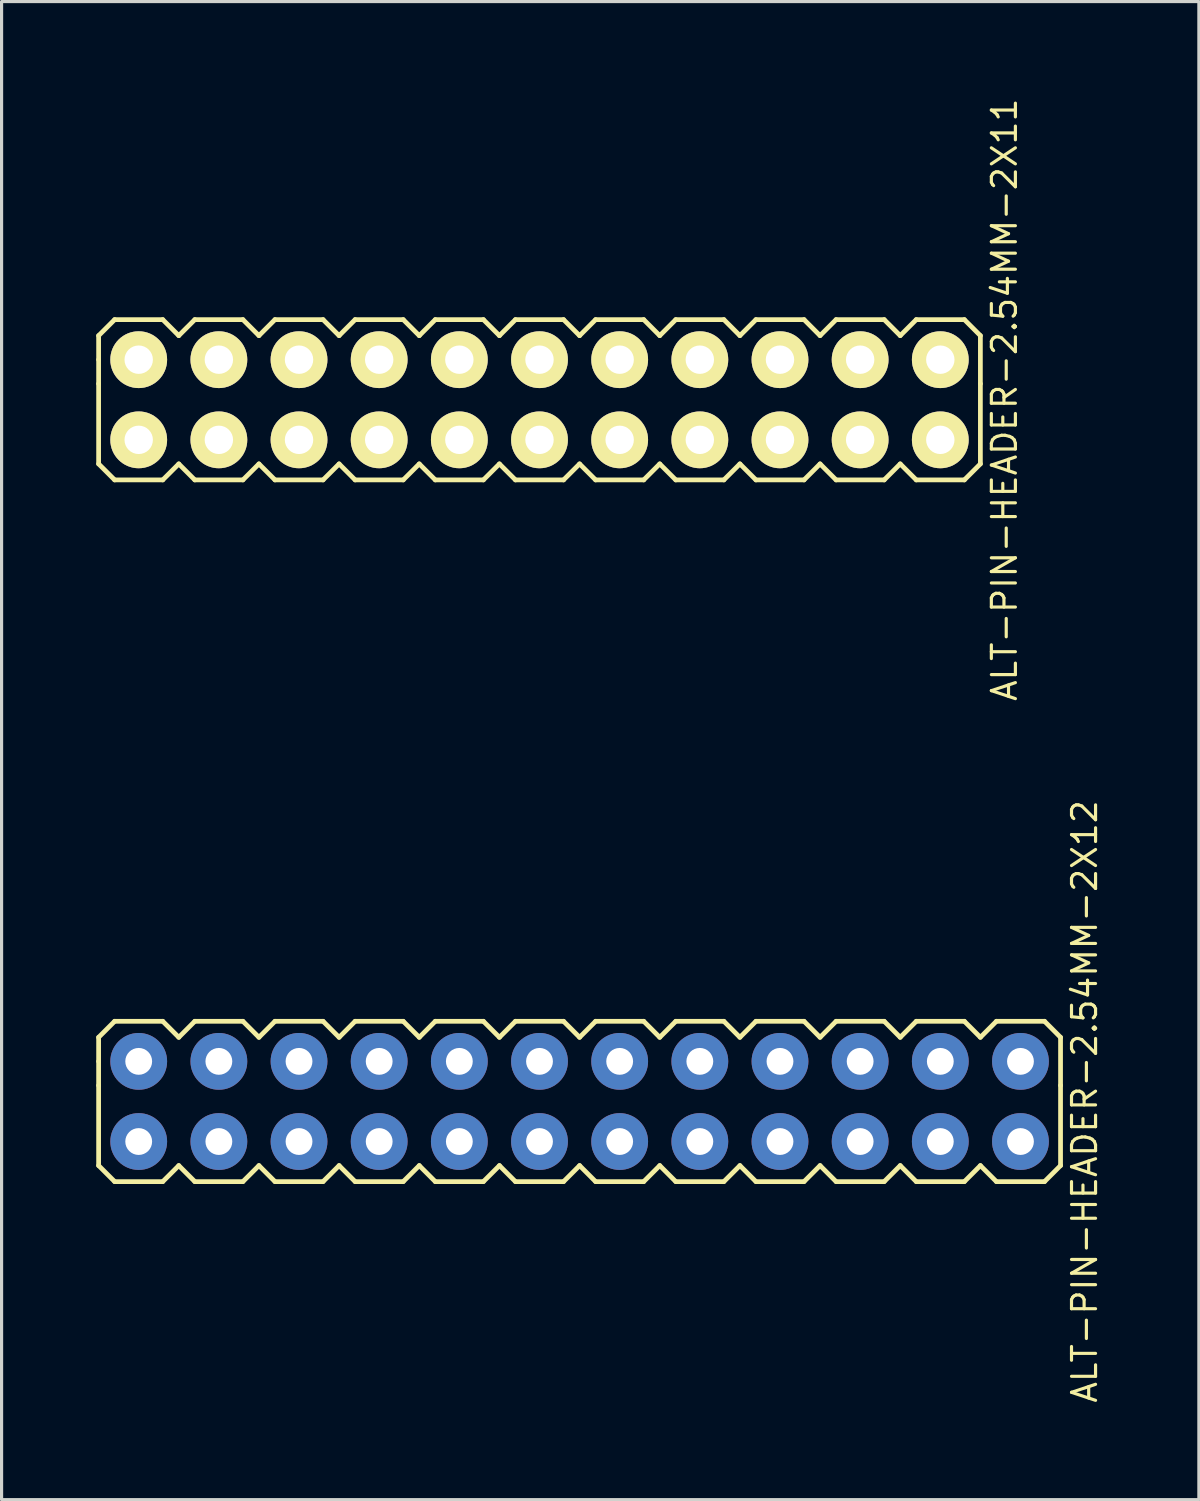
<source format=kicad_pcb>
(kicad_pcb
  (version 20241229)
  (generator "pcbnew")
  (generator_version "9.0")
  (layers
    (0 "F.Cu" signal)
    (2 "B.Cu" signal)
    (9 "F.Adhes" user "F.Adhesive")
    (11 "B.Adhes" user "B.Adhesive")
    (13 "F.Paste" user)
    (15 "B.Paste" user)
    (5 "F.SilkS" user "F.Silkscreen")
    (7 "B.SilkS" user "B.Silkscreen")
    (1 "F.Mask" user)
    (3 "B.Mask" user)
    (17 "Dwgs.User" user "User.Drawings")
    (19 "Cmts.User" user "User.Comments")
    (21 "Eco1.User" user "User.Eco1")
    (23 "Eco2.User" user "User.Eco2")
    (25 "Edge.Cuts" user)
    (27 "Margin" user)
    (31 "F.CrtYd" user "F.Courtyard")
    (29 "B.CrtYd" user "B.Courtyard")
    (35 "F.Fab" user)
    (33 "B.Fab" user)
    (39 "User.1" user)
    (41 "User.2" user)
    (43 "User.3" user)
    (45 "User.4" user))
  (footprint "ALT-PIN-HEADER-2.54MM-2X12"
    (layer "F.Cu")
    (at 15.315 31.851)
    (property "Reference" "ALT-PIN-HEADER-2.54MM-2X12" (at 16.002 0 90) (layer "F.SilkS") (effects (font (size 0.762 0.762) (thickness 0.1))))
    (attr through_hole)
    (fp_line (start -15.24 -2.032) (end -14.732 -2.54) (stroke (width 0.15) (type solid)) (layer "F.SilkS"))
    (fp_line (start -15.24 -1.27) (end -15.24 -2.032) (stroke (width 0.15) (type solid)) (layer "F.SilkS"))
    (fp_line (start -15.24 -0.508) (end -15.24 -1.27) (stroke (width 0.15) (type solid)) (layer "F.SilkS"))
    (fp_line (start -15.24 -0.508) (end -15.24 2.032) (stroke (width 0.15) (type solid)) (layer "F.SilkS"))
    (fp_line (start -14.732 -2.54) (end -13.208 -2.54) (stroke (width 0.15) (type solid)) (layer "F.SilkS"))
    (fp_line (start -14.732 2.54) (end -15.24 2.032) (stroke (width 0.15) (type solid)) (layer "F.SilkS"))
    (fp_line (start -13.208 -2.54) (end -12.7 -2.032) (stroke (width 0.15) (type solid)) (layer "F.SilkS"))
    (fp_line (start -13.208 2.54) (end -14.732 2.54) (stroke (width 0.15) (type solid)) (layer "F.SilkS"))
    (fp_line (start -12.7 -2.032) (end -12.192 -2.54) (stroke (width 0.15) (type solid)) (layer "F.SilkS"))
    (fp_line (start -12.7 2.032) (end -13.208 2.54) (stroke (width 0.15) (type solid)) (layer "F.SilkS"))
    (fp_line (start -12.192 -2.54) (end -10.668 -2.54) (stroke (width 0.15) (type solid)) (layer "F.SilkS"))
    (fp_line (start -12.192 2.54) (end -12.7 2.032) (stroke (width 0.15) (type solid)) (layer "F.SilkS"))
    (fp_line (start -10.668 -2.54) (end -10.16 -2.032) (stroke (width 0.15) (type solid)) (layer "F.SilkS"))
    (fp_line (start -10.668 2.54) (end -12.192 2.54) (stroke (width 0.15) (type solid)) (layer "F.SilkS"))
    (fp_line (start -10.16 -2.032) (end -9.652 -2.54) (stroke (width 0.15) (type solid)) (layer "F.SilkS"))
    (fp_line (start -10.16 2.032) (end -10.668 2.54) (stroke (width 0.15) (type solid)) (layer "F.SilkS"))
    (fp_line (start -9.652 -2.54) (end -8.128 -2.54) (stroke (width 0.15) (type solid)) (layer "F.SilkS"))
    (fp_line (start -9.652 2.54) (end -10.16 2.032) (stroke (width 0.15) (type solid)) (layer "F.SilkS"))
    (fp_line (start -8.128 -2.54) (end -7.62 -2.032) (stroke (width 0.15) (type solid)) (layer "F.SilkS"))
    (fp_line (start -8.128 2.54) (end -9.652 2.54) (stroke (width 0.15) (type solid)) (layer "F.SilkS"))
    (fp_line (start -7.62 -2.032) (end -7.112 -2.54) (stroke (width 0.15) (type solid)) (layer "F.SilkS"))
    (fp_line (start -7.62 2.032) (end -8.128 2.54) (stroke (width 0.15) (type solid)) (layer "F.SilkS"))
    (fp_line (start -7.112 -2.54) (end -5.588 -2.54) (stroke (width 0.15) (type solid)) (layer "F.SilkS"))
    (fp_line (start -7.112 2.54) (end -7.62 2.032) (stroke (width 0.15) (type solid)) (layer "F.SilkS"))
    (fp_line (start -5.588 -2.54) (end -5.08 -2.032) (stroke (width 0.15) (type solid)) (layer "F.SilkS"))
    (fp_line (start -5.588 2.54) (end -7.112 2.54) (stroke (width 0.15) (type solid)) (layer "F.SilkS"))
    (fp_line (start -5.08 -2.032) (end -4.572 -2.54) (stroke (width 0.15) (type solid)) (layer "F.SilkS"))
    (fp_line (start -5.08 2.032) (end -5.588 2.54) (stroke (width 0.15) (type solid)) (layer "F.SilkS"))
    (fp_line (start -4.572 -2.54) (end -3.048 -2.54) (stroke (width 0.15) (type solid)) (layer "F.SilkS"))
    (fp_line (start -4.572 2.54) (end -5.08 2.032) (stroke (width 0.15) (type solid)) (layer "F.SilkS"))
    (fp_line (start -3.048 -2.54) (end -2.54 -2.032) (stroke (width 0.15) (type solid)) (layer "F.SilkS"))
    (fp_line (start -3.048 2.54) (end -4.572 2.54) (stroke (width 0.15) (type solid)) (layer "F.SilkS"))
    (fp_line (start -2.54 -2.032) (end -2.032 -2.54) (stroke (width 0.15) (type solid)) (layer "F.SilkS"))
    (fp_line (start -2.54 2.032) (end -3.048 2.54) (stroke (width 0.15) (type solid)) (layer "F.SilkS"))
    (fp_line (start -2.032 -2.54) (end -0.508 -2.54) (stroke (width 0.15) (type solid)) (layer "F.SilkS"))
    (fp_line (start -2.032 2.54) (end -2.54 2.032) (stroke (width 0.15) (type solid)) (layer "F.SilkS"))
    (fp_line (start -0.508 -2.54) (end 0 -2.032) (stroke (width 0.15) (type solid)) (layer "F.SilkS"))
    (fp_line (start -0.508 2.54) (end -2.032 2.54) (stroke (width 0.15) (type solid)) (layer "F.SilkS"))
    (fp_line (start 0 -2.032) (end 0.508 -2.54) (stroke (width 0.15) (type solid)) (layer "F.SilkS"))
    (fp_line (start 0 2.032) (end -0.508 2.54) (stroke (width 0.15) (type solid)) (layer "F.SilkS"))
    (fp_line (start 0.508 -2.54) (end 2.032 -2.54) (stroke (width 0.15) (type solid)) (layer "F.SilkS"))
    (fp_line (start 0.508 2.54) (end 0 2.032) (stroke (width 0.15) (type solid)) (layer "F.SilkS"))
    (fp_line (start 2.032 -2.54) (end 2.54 -2.032) (stroke (width 0.15) (type solid)) (layer "F.SilkS"))
    (fp_line (start 2.032 2.54) (end 0.508 2.54) (stroke (width 0.15) (type solid)) (layer "F.SilkS"))
    (fp_line (start 2.54 -2.032) (end 3.048 -2.54) (stroke (width 0.15) (type solid)) (layer "F.SilkS"))
    (fp_line (start 2.54 2.032) (end 2.032 2.54) (stroke (width 0.15) (type solid)) (layer "F.SilkS"))
    (fp_line (start 3.048 -2.54) (end 4.572 -2.54) (stroke (width 0.15) (type solid)) (layer "F.SilkS"))
    (fp_line (start 3.048 2.54) (end 2.54 2.032) (stroke (width 0.15) (type solid)) (layer "F.SilkS"))
    (fp_line (start 4.572 -2.54) (end 5.08 -2.032) (stroke (width 0.15) (type solid)) (layer "F.SilkS"))
    (fp_line (start 4.572 2.54) (end 3.048 2.54) (stroke (width 0.15) (type solid)) (layer "F.SilkS"))
    (fp_line (start 5.08 -2.032) (end 5.588 -2.54) (stroke (width 0.15) (type solid)) (layer "F.SilkS"))
    (fp_line (start 5.08 2.032) (end 4.572 2.54) (stroke (width 0.15) (type solid)) (layer "F.SilkS"))
    (fp_line (start 5.588 -2.54) (end 7.112 -2.54) (stroke (width 0.15) (type solid)) (layer "F.SilkS"))
    (fp_line (start 5.588 2.54) (end 5.08 2.032) (stroke (width 0.15) (type solid)) (layer "F.SilkS"))
    (fp_line (start 7.112 -2.54) (end 7.62 -2.032) (stroke (width 0.15) (type solid)) (layer "F.SilkS"))
    (fp_line (start 7.112 2.54) (end 5.588 2.54) (stroke (width 0.15) (type solid)) (layer "F.SilkS"))
    (fp_line (start 7.62 -2.032) (end 8.128 -2.54) (stroke (width 0.15) (type solid)) (layer "F.SilkS"))
    (fp_line (start 7.62 2.032) (end 7.112 2.54) (stroke (width 0.15) (type solid)) (layer "F.SilkS"))
    (fp_line (start 8.128 -2.54) (end 9.652 -2.54) (stroke (width 0.15) (type solid)) (layer "F.SilkS"))
    (fp_line (start 8.128 2.54) (end 7.62 2.032) (stroke (width 0.15) (type solid)) (layer "F.SilkS"))
    (fp_line (start 9.652 -2.54) (end 10.16 -2.032) (stroke (width 0.15) (type solid)) (layer "F.SilkS"))
    (fp_line (start 9.652 2.54) (end 8.128 2.54) (stroke (width 0.15) (type solid)) (layer "F.SilkS"))
    (fp_line (start 10.16 -2.032) (end 10.668 -2.54) (stroke (width 0.15) (type solid)) (layer "F.SilkS"))
    (fp_line (start 10.16 2.032) (end 9.652 2.54) (stroke (width 0.15) (type solid)) (layer "F.SilkS"))
    (fp_line (start 10.668 -2.54) (end 12.192 -2.54) (stroke (width 0.15) (type solid)) (layer "F.SilkS"))
    (fp_line (start 10.668 2.54) (end 10.16 2.032) (stroke (width 0.15) (type solid)) (layer "F.SilkS"))
    (fp_line (start 12.192 -2.54) (end 12.7 -2.032) (stroke (width 0.15) (type solid)) (layer "F.SilkS"))
    (fp_line (start 12.192 2.54) (end 10.668 2.54) (stroke (width 0.15) (type solid)) (layer "F.SilkS"))
    (fp_line (start 12.7 -2.032) (end 13.208 -2.54) (stroke (width 0.15) (type solid)) (layer "F.SilkS"))
    (fp_line (start 12.7 2.032) (end 12.192 2.54) (stroke (width 0.15) (type solid)) (layer "F.SilkS"))
    (fp_line (start 13.208 -2.54) (end 14.732 -2.54) (stroke (width 0.15) (type solid)) (layer "F.SilkS"))
    (fp_line (start 13.208 2.54) (end 12.7 2.032) (stroke (width 0.15) (type solid)) (layer "F.SilkS"))
    (fp_line (start 14.732 -2.54) (end 15.24 -2.032) (stroke (width 0.15) (type solid)) (layer "F.SilkS"))
    (fp_line (start 14.732 2.54) (end 13.208 2.54) (stroke (width 0.15) (type solid)) (layer "F.SilkS"))
    (fp_line (start 15.24 -2.032) (end 15.24 -0.508) (stroke (width 0.15) (type solid)) (layer "F.SilkS"))
    (fp_line (start 15.24 -0.508) (end 15.24 2.032) (stroke (width 0.15) (type solid)) (layer "F.SilkS"))
    (fp_line (start 15.24 2.032) (end 14.732 2.54) (stroke (width 0.15) (type solid)) (layer "F.SilkS"))
    (pad "1" thru_hole circle (at -13.97 1.27) (size 1.8 1.8) (drill 0.85) (layers "*.Cu" "*.Mask"))
    (pad "2" thru_hole circle (at -13.97 -1.27) (size 1.8 1.8) (drill 0.85) (layers "*.Cu" "*.Mask"))
    (pad "3" thru_hole circle (at -11.43 1.27) (size 1.8 1.8) (drill 0.85) (layers "*.Cu" "*.Mask"))
    (pad "4" thru_hole circle (at -11.43 -1.27) (size 1.8 1.8) (drill 0.85) (layers "*.Cu" "*.Mask"))
    (pad "5" thru_hole circle (at -8.89 1.27) (size 1.8 1.8) (drill 0.85) (layers "*.Cu" "*.Mask"))
    (pad "6" thru_hole circle (at -8.89 -1.27) (size 1.8 1.8) (drill 0.85) (layers "*.Cu" "*.Mask"))
    (pad "7" thru_hole circle (at -6.35 1.27) (size 1.8 1.8) (drill 0.85) (layers "*.Cu" "*.Mask"))
    (pad "8" thru_hole circle (at -6.35 -1.27) (size 1.8 1.8) (drill 0.85) (layers "*.Cu" "*.Mask"))
    (pad "9" thru_hole circle (at -3.81 1.27) (size 1.8 1.8) (drill 0.85) (layers "*.Cu" "*.Mask"))
    (pad "10" thru_hole circle (at -3.81 -1.27) (size 1.8 1.8) (drill 0.85) (layers "*.Cu" "*.Mask"))
    (pad "11" thru_hole circle (at -1.27 1.27) (size 1.8 1.8) (drill 0.85) (layers "*.Cu" "*.Mask"))
    (pad "12" thru_hole circle (at -1.27 -1.27) (size 1.8 1.8) (drill 0.85) (layers "*.Cu" "*.Mask"))
    (pad "13" thru_hole circle (at 1.27 1.27) (size 1.8 1.8) (drill 0.85) (layers "*.Cu" "*.Mask"))
    (pad "14" thru_hole circle (at 1.27 -1.27) (size 1.8 1.8) (drill 0.85) (layers "*.Cu" "*.Mask"))
    (pad "15" thru_hole circle (at 3.81 1.27) (size 1.8 1.8) (drill 0.85) (layers "*.Cu" "*.Mask"))
    (pad "16" thru_hole circle (at 3.81 -1.27) (size 1.8 1.8) (drill 0.85) (layers "*.Cu" "*.Mask"))
    (pad "17" thru_hole circle (at 6.35 1.27) (size 1.8 1.8) (drill 0.85) (layers "*.Cu" "*.Mask"))
    (pad "18" thru_hole circle (at 6.35 -1.27) (size 1.8 1.8) (drill 0.85) (layers "*.Cu" "*.Mask"))
    (pad "19" thru_hole circle (at 8.89 1.27) (size 1.8 1.8) (drill 0.85) (layers "*.Cu" "*.Mask"))
    (pad "20" thru_hole circle (at 8.89 -1.27) (size 1.8 1.8) (drill 0.85) (layers "*.Cu" "*.Mask"))
    (pad "21" thru_hole circle (at 11.43 1.27) (size 1.8 1.8) (drill 0.85) (layers "*.Cu" "*.Mask"))
    (pad "22" thru_hole circle (at 11.43 -1.27) (size 1.8 1.8) (drill 0.85) (layers "*.Cu" "*.Mask"))
    (pad "23" thru_hole circle (at 13.97 1.27) (size 1.8 1.8) (drill 0.85) (layers "*.Cu" "*.Mask"))
    (pad "24" thru_hole circle (at 13.97 -1.27) (size 1.8 1.8) (drill 0.85) (layers "*.Cu" "*.Mask")))
  (footprint "ALT-PIN-HEADER-2.54MM-2X11"
    (layer "F.Cu")
    (at 14.045 9.617)
    (property "Reference" "ALT-PIN-HEADER-2.54MM-2X11" (at 14.732 0 90) (layer "F.SilkS") (effects (font (size 0.762 0.762) (thickness 0.1))))
    (attr through_hole)
    (fp_line (start -13.97 -2.032) (end -13.462 -2.54) (stroke (width 0.15) (type solid)) (layer "F.SilkS"))
    (fp_line (start -13.97 -1.27) (end -13.97 -2.032) (stroke (width 0.15) (type solid)) (layer "F.SilkS"))
    (fp_line (start -13.97 -0.508) (end -13.97 -1.27) (stroke (width 0.15) (type solid)) (layer "F.SilkS"))
    (fp_line (start -13.97 -0.508) (end -13.97 2.032) (stroke (width 0.15) (type solid)) (layer "F.SilkS"))
    (fp_line (start -13.462 -2.54) (end -11.938 -2.54) (stroke (width 0.15) (type solid)) (layer "F.SilkS"))
    (fp_line (start -13.462 2.54) (end -13.97 2.032) (stroke (width 0.15) (type solid)) (layer "F.SilkS"))
    (fp_line (start -11.938 -2.54) (end -11.43 -2.032) (stroke (width 0.15) (type solid)) (layer "F.SilkS"))
    (fp_line (start -11.938 2.54) (end -13.462 2.54) (stroke (width 0.15) (type solid)) (layer "F.SilkS"))
    (fp_line (start -11.43 -2.032) (end -10.922 -2.54) (stroke (width 0.15) (type solid)) (layer "F.SilkS"))
    (fp_line (start -11.43 2.032) (end -11.938 2.54) (stroke (width 0.15) (type solid)) (layer "F.SilkS"))
    (fp_line (start -10.922 -2.54) (end -9.398 -2.54) (stroke (width 0.15) (type solid)) (layer "F.SilkS"))
    (fp_line (start -10.922 2.54) (end -11.43 2.032) (stroke (width 0.15) (type solid)) (layer "F.SilkS"))
    (fp_line (start -9.398 -2.54) (end -8.89 -2.032) (stroke (width 0.15) (type solid)) (layer "F.SilkS"))
    (fp_line (start -9.398 2.54) (end -10.922 2.54) (stroke (width 0.15) (type solid)) (layer "F.SilkS"))
    (fp_line (start -8.89 -2.032) (end -8.382 -2.54) (stroke (width 0.15) (type solid)) (layer "F.SilkS"))
    (fp_line (start -8.89 2.032) (end -9.398 2.54) (stroke (width 0.15) (type solid)) (layer "F.SilkS"))
    (fp_line (start -8.382 -2.54) (end -6.858 -2.54) (stroke (width 0.15) (type solid)) (layer "F.SilkS"))
    (fp_line (start -8.382 2.54) (end -8.89 2.032) (stroke (width 0.15) (type solid)) (layer "F.SilkS"))
    (fp_line (start -6.858 -2.54) (end -6.35 -2.032) (stroke (width 0.15) (type solid)) (layer "F.SilkS"))
    (fp_line (start -6.858 2.54) (end -8.382 2.54) (stroke (width 0.15) (type solid)) (layer "F.SilkS"))
    (fp_line (start -6.35 -2.032) (end -5.842 -2.54) (stroke (width 0.15) (type solid)) (layer "F.SilkS"))
    (fp_line (start -6.35 2.032) (end -6.858 2.54) (stroke (width 0.15) (type solid)) (layer "F.SilkS"))
    (fp_line (start -5.842 -2.54) (end -4.318 -2.54) (stroke (width 0.15) (type solid)) (layer "F.SilkS"))
    (fp_line (start -5.842 2.54) (end -6.35 2.032) (stroke (width 0.15) (type solid)) (layer "F.SilkS"))
    (fp_line (start -4.318 -2.54) (end -3.81 -2.032) (stroke (width 0.15) (type solid)) (layer "F.SilkS"))
    (fp_line (start -4.318 2.54) (end -5.842 2.54) (stroke (width 0.15) (type solid)) (layer "F.SilkS"))
    (fp_line (start -3.81 -2.032) (end -3.302 -2.54) (stroke (width 0.15) (type solid)) (layer "F.SilkS"))
    (fp_line (start -3.81 2.032) (end -4.318 2.54) (stroke (width 0.15) (type solid)) (layer "F.SilkS"))
    (fp_line (start -3.302 -2.54) (end -1.778 -2.54) (stroke (width 0.15) (type solid)) (layer "F.SilkS"))
    (fp_line (start -3.302 2.54) (end -3.81 2.032) (stroke (width 0.15) (type solid)) (layer "F.SilkS"))
    (fp_line (start -1.778 -2.54) (end -1.27 -2.032) (stroke (width 0.15) (type solid)) (layer "F.SilkS"))
    (fp_line (start -1.778 2.54) (end -3.302 2.54) (stroke (width 0.15) (type solid)) (layer "F.SilkS"))
    (fp_line (start -1.27 -2.032) (end -0.762 -2.54) (stroke (width 0.15) (type solid)) (layer "F.SilkS"))
    (fp_line (start -1.27 2.032) (end -1.778 2.54) (stroke (width 0.15) (type solid)) (layer "F.SilkS"))
    (fp_line (start -0.762 -2.54) (end 0.762 -2.54) (stroke (width 0.15) (type solid)) (layer "F.SilkS"))
    (fp_line (start -0.762 2.54) (end -1.27 2.032) (stroke (width 0.15) (type solid)) (layer "F.SilkS"))
    (fp_line (start 0.762 -2.54) (end 1.27 -2.032) (stroke (width 0.15) (type solid)) (layer "F.SilkS"))
    (fp_line (start 0.762 2.54) (end -0.762 2.54) (stroke (width 0.15) (type solid)) (layer "F.SilkS"))
    (fp_line (start 1.27 -2.032) (end 1.778 -2.54) (stroke (width 0.15) (type solid)) (layer "F.SilkS"))
    (fp_line (start 1.27 2.032) (end 0.762 2.54) (stroke (width 0.15) (type solid)) (layer "F.SilkS"))
    (fp_line (start 1.778 -2.54) (end 3.302 -2.54) (stroke (width 0.15) (type solid)) (layer "F.SilkS"))
    (fp_line (start 1.778 2.54) (end 1.27 2.032) (stroke (width 0.15) (type solid)) (layer "F.SilkS"))
    (fp_line (start 3.302 -2.54) (end 3.81 -2.032) (stroke (width 0.15) (type solid)) (layer "F.SilkS"))
    (fp_line (start 3.302 2.54) (end 1.778 2.54) (stroke (width 0.15) (type solid)) (layer "F.SilkS"))
    (fp_line (start 3.81 -2.032) (end 4.318 -2.54) (stroke (width 0.15) (type solid)) (layer "F.SilkS"))
    (fp_line (start 3.81 2.032) (end 3.302 2.54) (stroke (width 0.15) (type solid)) (layer "F.SilkS"))
    (fp_line (start 4.318 -2.54) (end 5.842 -2.54) (stroke (width 0.15) (type solid)) (layer "F.SilkS"))
    (fp_line (start 4.318 2.54) (end 3.81 2.032) (stroke (width 0.15) (type solid)) (layer "F.SilkS"))
    (fp_line (start 5.842 -2.54) (end 6.35 -2.032) (stroke (width 0.15) (type solid)) (layer "F.SilkS"))
    (fp_line (start 5.842 2.54) (end 4.318 2.54) (stroke (width 0.15) (type solid)) (layer "F.SilkS"))
    (fp_line (start 6.35 -2.032) (end 6.858 -2.54) (stroke (width 0.15) (type solid)) (layer "F.SilkS"))
    (fp_line (start 6.35 2.032) (end 5.842 2.54) (stroke (width 0.15) (type solid)) (layer "F.SilkS"))
    (fp_line (start 6.858 -2.54) (end 8.382 -2.54) (stroke (width 0.15) (type solid)) (layer "F.SilkS"))
    (fp_line (start 6.858 2.54) (end 6.35 2.032) (stroke (width 0.15) (type solid)) (layer "F.SilkS"))
    (fp_line (start 8.382 -2.54) (end 8.89 -2.032) (stroke (width 0.15) (type solid)) (layer "F.SilkS"))
    (fp_line (start 8.382 2.54) (end 6.858 2.54) (stroke (width 0.15) (type solid)) (layer "F.SilkS"))
    (fp_line (start 8.89 -2.032) (end 9.398 -2.54) (stroke (width 0.15) (type solid)) (layer "F.SilkS"))
    (fp_line (start 8.89 2.032) (end 8.382 2.54) (stroke (width 0.15) (type solid)) (layer "F.SilkS"))
    (fp_line (start 9.398 -2.54) (end 10.922 -2.54) (stroke (width 0.15) (type solid)) (layer "F.SilkS"))
    (fp_line (start 9.398 2.54) (end 8.89 2.032) (stroke (width 0.15) (type solid)) (layer "F.SilkS"))
    (fp_line (start 10.922 -2.54) (end 11.43 -2.032) (stroke (width 0.15) (type solid)) (layer "F.SilkS"))
    (fp_line (start 10.922 2.54) (end 9.398 2.54) (stroke (width 0.15) (type solid)) (layer "F.SilkS"))
    (fp_line (start 11.43 -2.032) (end 11.938 -2.54) (stroke (width 0.15) (type solid)) (layer "F.SilkS"))
    (fp_line (start 11.43 2.032) (end 10.922 2.54) (stroke (width 0.15) (type solid)) (layer "F.SilkS"))
    (fp_line (start 11.938 -2.54) (end 13.462 -2.54) (stroke (width 0.15) (type solid)) (layer "F.SilkS"))
    (fp_line (start 11.938 2.54) (end 11.43 2.032) (stroke (width 0.15) (type solid)) (layer "F.SilkS"))
    (fp_line (start 13.462 -2.54) (end 13.97 -2.032) (stroke (width 0.15) (type solid)) (layer "F.SilkS"))
    (fp_line (start 13.462 2.54) (end 11.938 2.54) (stroke (width 0.15) (type solid)) (layer "F.SilkS"))
    (fp_line (start 13.97 -2.032) (end 13.97 -0.508) (stroke (width 0.15) (type solid)) (layer "F.SilkS"))
    (fp_line (start 13.97 -0.508) (end 13.97 2.032) (stroke (width 0.15) (type solid)) (layer "F.SilkS"))
    (fp_line (start 13.97 2.032) (end 13.462 2.54) (stroke (width 0.15) (type solid)) (layer "F.SilkS"))
    (pad "1" thru_hole circle (at -12.7 1.27) (size 1.8 1.8) (drill 0.9) (layers "*.Cu" "*.Mask" "F.SilkS"))
    (pad "2" thru_hole circle (at -12.7 -1.27) (size 1.8 1.8) (drill 0.9) (layers "*.Cu" "*.Mask" "F.SilkS"))
    (pad "3" thru_hole circle (at -10.16 1.27) (size 1.8 1.8) (drill 0.9) (layers "*.Cu" "*.Mask" "F.SilkS"))
    (pad "4" thru_hole circle (at -10.16 -1.27) (size 1.8 1.8) (drill 0.9) (layers "*.Cu" "*.Mask" "F.SilkS"))
    (pad "5" thru_hole circle (at -7.62 1.27) (size 1.8 1.8) (drill 0.9) (layers "*.Cu" "*.Mask" "F.SilkS"))
    (pad "6" thru_hole circle (at -7.62 -1.27) (size 1.8 1.8) (drill 0.9) (layers "*.Cu" "*.Mask" "F.SilkS"))
    (pad "7" thru_hole circle (at -5.08 1.27) (size 1.8 1.8) (drill 0.9) (layers "*.Cu" "*.Mask" "F.SilkS"))
    (pad "8" thru_hole circle (at -5.08 -1.27) (size 1.8 1.8) (drill 0.9) (layers "*.Cu" "*.Mask" "F.SilkS"))
    (pad "9" thru_hole circle (at -2.54 1.27) (size 1.8 1.8) (drill 0.9) (layers "*.Cu" "*.Mask" "F.SilkS"))
    (pad "10" thru_hole circle (at -2.54 -1.27) (size 1.8 1.8) (drill 0.9) (layers "*.Cu" "*.Mask" "F.SilkS"))
    (pad "11" thru_hole circle (at 0 1.27) (size 1.8 1.8) (drill 0.9) (layers "*.Cu" "*.Mask" "F.SilkS"))
    (pad "12" thru_hole circle (at 0 -1.27) (size 1.8 1.8) (drill 0.9) (layers "*.Cu" "*.Mask" "F.SilkS"))
    (pad "13" thru_hole circle (at 2.54 1.27) (size 1.8 1.8) (drill 0.9) (layers "*.Cu" "*.Mask" "F.SilkS"))
    (pad "14" thru_hole circle (at 2.54 -1.27) (size 1.8 1.8) (drill 0.9) (layers "*.Cu" "*.Mask" "F.SilkS"))
    (pad "15" thru_hole circle (at 5.08 1.27) (size 1.8 1.8) (drill 0.9) (layers "*.Cu" "*.Mask" "F.SilkS"))
    (pad "16" thru_hole circle (at 5.08 -1.27) (size 1.8 1.8) (drill 0.9) (layers "*.Cu" "*.Mask" "F.SilkS"))
    (pad "17" thru_hole circle (at 7.62 1.27) (size 1.8 1.8) (drill 0.9) (layers "*.Cu" "*.Mask" "F.SilkS"))
    (pad "18" thru_hole circle (at 7.62 -1.27) (size 1.8 1.8) (drill 0.9) (layers "*.Cu" "*.Mask" "F.SilkS"))
    (pad "19" thru_hole circle (at 10.16 1.27) (size 1.8 1.8) (drill 0.9) (layers "*.Cu" "*.Mask" "F.SilkS"))
    (pad "20" thru_hole circle (at 10.16 -1.27) (size 1.8 1.8) (drill 0.9) (layers "*.Cu" "*.Mask" "F.SilkS"))
    (pad "21" thru_hole circle (at 12.7 1.27) (size 1.8 1.8) (drill 0.9) (layers "*.Cu" "*.Mask" "F.SilkS"))
    (pad "22" thru_hole circle (at 12.7 -1.27) (size 1.8 1.8) (drill 0.9) (layers "*.Cu" "*.Mask" "F.SilkS")))
  (gr_rect
    (start -3 -3)
    (end 34.938 44.468)
    (stroke (width 0.1) (type default))
    (fill no)
    (layer "Edge.Cuts")))
</source>
